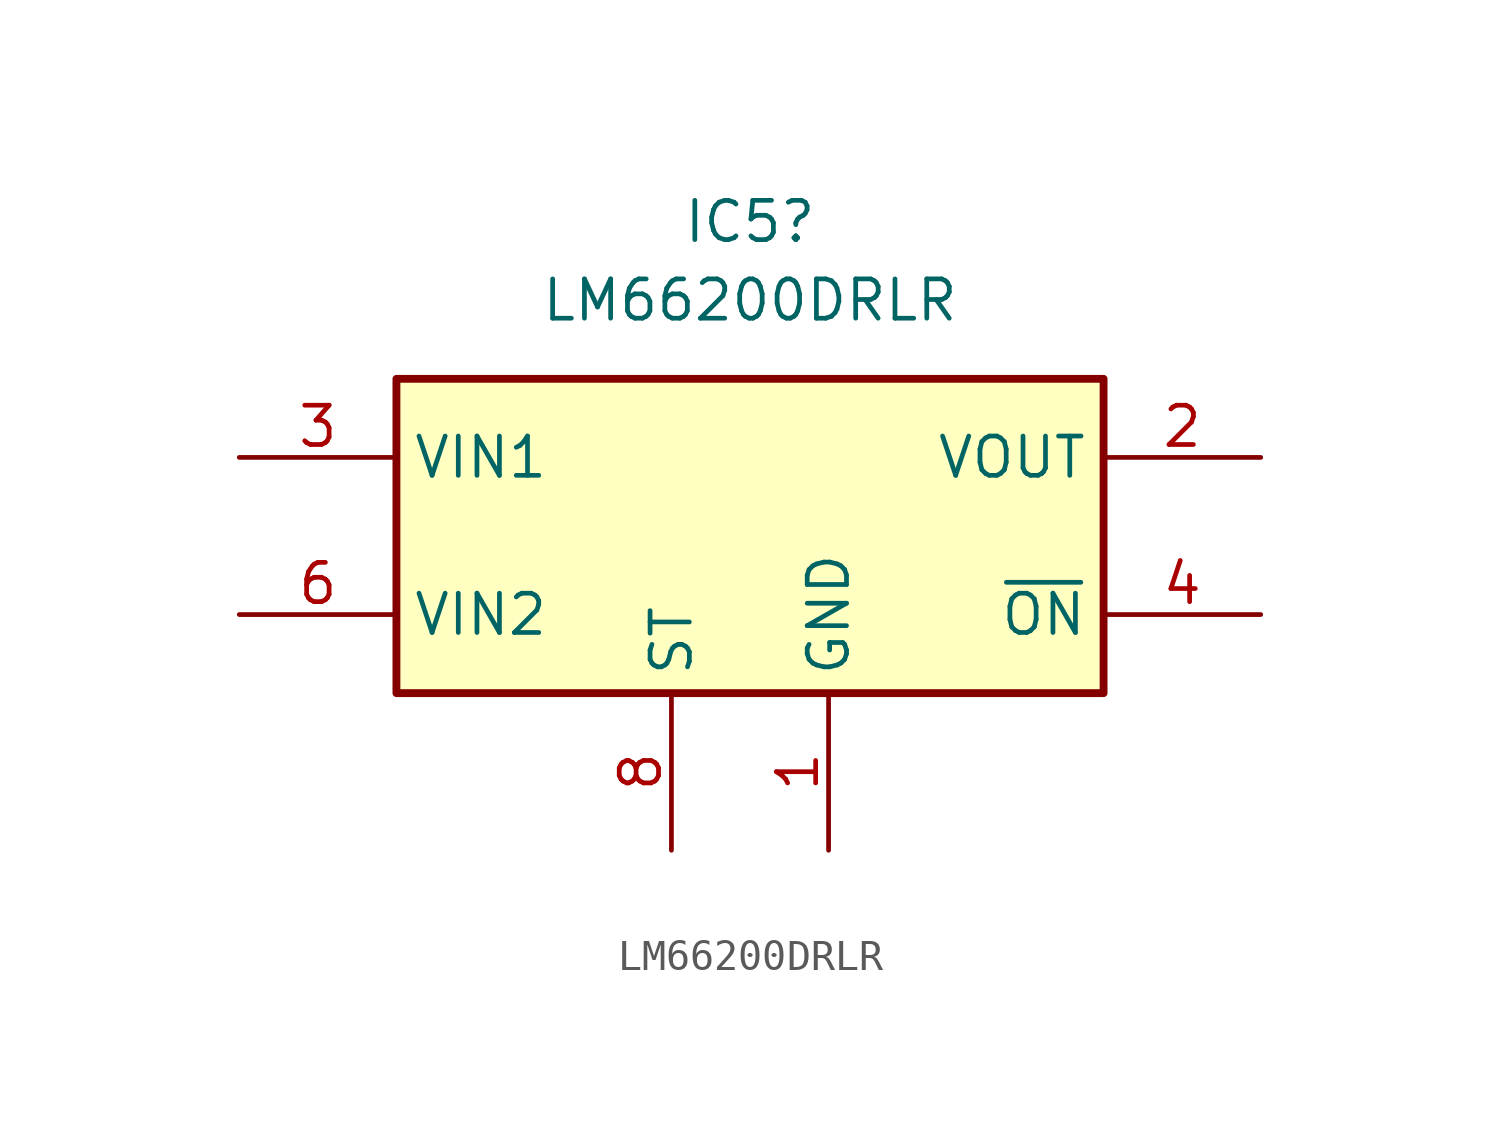
<source format=kicad_sym>
(kicad_symbol_lib
  (version 20220914)
  (generator kicad_symbol_editor)
  (symbol "LM66200DRLR"
    (property "Reference" "IC5"
      (at 0 10.16 0)
      (effects (font (size 1.27 1.27))))
    (property "Value" "LM66200DRLR"
      (at 0 7.62 0)
      (effects (font (size 1.27 1.27))))
    (symbol "LM66200DRLR_1_1"
      (rectangle (start -11.43 5.08) (end 11.43 -5.08) (stroke (width 0.254) (type default)) (fill (type background)))
      (pin passive line (at 2.54 -10.16 90) (length 5.08) (name "GND" (effects (font (size 1.27 1.27)))) (number "1" (effects (font (size 1.27 1.27)))))
      (pin passive line (at 16.51 2.54 180) (length 5.08) (name "VOUT" (effects (font (size 1.27 1.27)))) (number "2" (effects (font (size 1.27 1.27)))))
      (pin passive line (at -16.51 2.54 0) (length 5.08) (name "VIN1" (effects (font (size 1.27 1.27)))) (number "3" (effects (font (size 1.27 1.27)))))
      (pin passive line (at 16.51 -2.54 180) (length 5.08) (name "~{ON}" (effects (font (size 1.27 1.27)))) (number "4" (effects (font (size 1.27 1.27)))))
      (pin passive line (at 2.54 -10.16 90) (length 5.08) hide (name "GND" (effects (font (size 1.27 1.27)))) (number "5" (effects (font (size 1.27 1.27)))))
      (pin passive line (at -16.51 -2.54 0) (length 5.08) (name "VIN2" (effects (font (size 1.27 1.27)))) (number "6" (effects (font (size 1.27 1.27)))))
      (pin passive line (at 16.51 2.54 180) (length 5.08) hide (name "VOUT" (effects (font (size 1.27 1.27)))) (number "7" (effects (font (size 1.27 1.27)))))
      (pin passive line (at -2.54 -10.16 90) (length 5.08) (name "ST" (effects (font (size 1.27 1.27)))) (number "8" (effects (font (size 1.27 1.27))))))))
</source>
